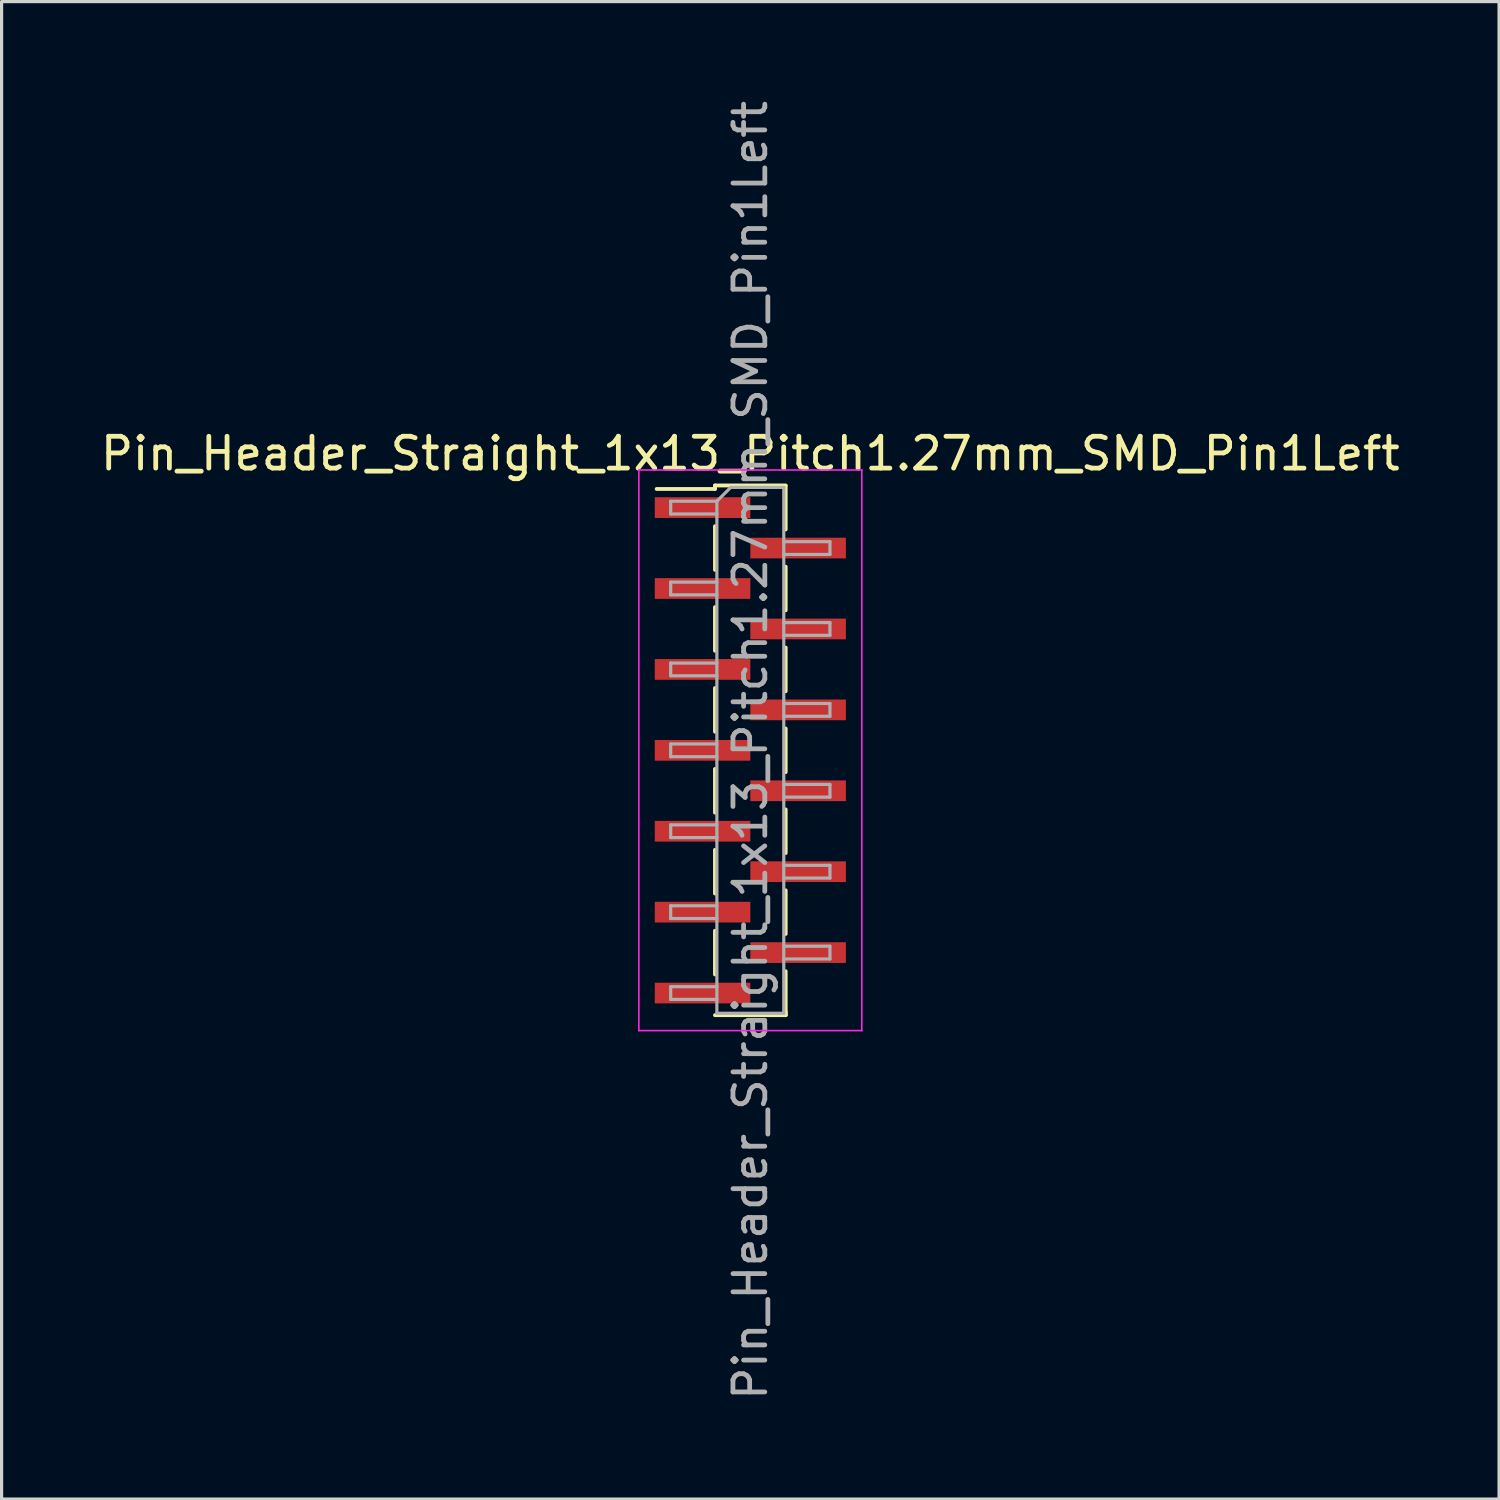
<source format=kicad_pcb>
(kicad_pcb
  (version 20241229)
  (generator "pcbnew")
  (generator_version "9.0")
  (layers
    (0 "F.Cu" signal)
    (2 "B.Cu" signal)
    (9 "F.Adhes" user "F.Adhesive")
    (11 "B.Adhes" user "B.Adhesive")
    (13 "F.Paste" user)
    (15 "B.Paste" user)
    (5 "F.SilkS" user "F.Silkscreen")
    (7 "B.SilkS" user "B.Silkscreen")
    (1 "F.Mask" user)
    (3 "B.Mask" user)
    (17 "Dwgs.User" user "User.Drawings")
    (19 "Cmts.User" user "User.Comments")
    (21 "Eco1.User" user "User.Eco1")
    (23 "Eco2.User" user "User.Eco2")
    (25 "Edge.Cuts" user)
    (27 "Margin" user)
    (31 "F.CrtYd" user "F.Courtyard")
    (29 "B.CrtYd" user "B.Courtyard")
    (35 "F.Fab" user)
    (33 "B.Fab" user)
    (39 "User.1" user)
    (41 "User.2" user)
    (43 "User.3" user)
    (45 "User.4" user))
  (footprint "Pin_Header_Straight_1x13_Pitch1.27mm_SMD_Pin1Left"
    (layer "F.Cu")
    (at 20.506 20.506)
    (property "Reference" "Pin_Header_Straight_1x13_Pitch1.27mm_SMD_Pin1Left" (at 0 -9.315 0) (layer "F.SilkS") (effects (font (size 1 1) (thickness 0.15))))
    (attr smd)
    (fp_line (start -1.11 -8.315) (end -1.11 -8.205) (stroke (width 0.12) (type solid)) (layer "F.SilkS"))
    (fp_line (start -1.11 -8.315) (end 1.11 -8.315) (stroke (width 0.12) (type solid)) (layer "F.SilkS"))
    (fp_line (start -1.11 -8.205) (end -2.94 -8.205) (stroke (width 0.12) (type solid)) (layer "F.SilkS"))
    (fp_line (start -1.11 -7.035) (end -1.11 -5.665) (stroke (width 0.12) (type solid)) (layer "F.SilkS"))
    (fp_line (start -1.11 -4.495) (end -1.11 -3.125) (stroke (width 0.12) (type solid)) (layer "F.SilkS"))
    (fp_line (start -1.11 -1.955) (end -1.11 -0.585) (stroke (width 0.12) (type solid)) (layer "F.SilkS"))
    (fp_line (start -1.11 0.585) (end -1.11 1.955) (stroke (width 0.12) (type solid)) (layer "F.SilkS"))
    (fp_line (start -1.11 3.125) (end -1.11 4.495) (stroke (width 0.12) (type solid)) (layer "F.SilkS"))
    (fp_line (start -1.11 5.665) (end -1.11 7.035) (stroke (width 0.12) (type solid)) (layer "F.SilkS"))
    (fp_line (start -1.11 8.315) (end 1.11 8.315) (stroke (width 0.12) (type solid)) (layer "F.SilkS"))
    (fp_line (start 1.11 -8.305) (end 1.11 -6.935) (stroke (width 0.12) (type solid)) (layer "F.SilkS"))
    (fp_line (start 1.11 -5.765) (end 1.11 -4.395) (stroke (width 0.12) (type solid)) (layer "F.SilkS"))
    (fp_line (start 1.11 -3.225) (end 1.11 -1.855) (stroke (width 0.12) (type solid)) (layer "F.SilkS"))
    (fp_line (start 1.11 -0.685) (end 1.11 0.685) (stroke (width 0.12) (type solid)) (layer "F.SilkS"))
    (fp_line (start 1.11 1.855) (end 1.11 3.225) (stroke (width 0.12) (type solid)) (layer "F.SilkS"))
    (fp_line (start 1.11 4.395) (end 1.11 5.765) (stroke (width 0.12) (type solid)) (layer "F.SilkS"))
    (fp_line (start 1.11 6.935) (end 1.11 8.305) (stroke (width 0.12) (type solid)) (layer "F.SilkS"))
    (fp_line (start 1.11 8.205) (end 1.11 8.315) (stroke (width 0.12) (type solid)) (layer "F.SilkS"))
    (fp_line (start -3.5 -8.8) (end -3.5 8.8) (stroke (width 0.05) (type solid)) (layer "F.CrtYd"))
    (fp_line (start -3.5 8.8) (end 3.5 8.8) (stroke (width 0.05) (type solid)) (layer "F.CrtYd"))
    (fp_line (start 3.5 -8.8) (end -3.5 -8.8) (stroke (width 0.05) (type solid)) (layer "F.CrtYd"))
    (fp_line (start 3.5 8.8) (end 3.5 -8.8) (stroke (width 0.05) (type solid)) (layer "F.CrtYd"))
    (fp_line (start -2.5 -7.82) (end -2.5 -7.42) (stroke (width 0.1) (type solid)) (layer "F.Fab"))
    (fp_line (start -2.5 -7.42) (end -1.05 -7.42) (stroke (width 0.1) (type solid)) (layer "F.Fab"))
    (fp_line (start -2.5 -5.28) (end -2.5 -4.88) (stroke (width 0.1) (type solid)) (layer "F.Fab"))
    (fp_line (start -2.5 -4.88) (end -1.05 -4.88) (stroke (width 0.1) (type solid)) (layer "F.Fab"))
    (fp_line (start -2.5 -2.74) (end -2.5 -2.34) (stroke (width 0.1) (type solid)) (layer "F.Fab"))
    (fp_line (start -2.5 -2.34) (end -1.05 -2.34) (stroke (width 0.1) (type solid)) (layer "F.Fab"))
    (fp_line (start -2.5 -0.2) (end -2.5 0.2) (stroke (width 0.1) (type solid)) (layer "F.Fab"))
    (fp_line (start -2.5 0.2) (end -1.05 0.2) (stroke (width 0.1) (type solid)) (layer "F.Fab"))
    (fp_line (start -2.5 2.34) (end -2.5 2.74) (stroke (width 0.1) (type solid)) (layer "F.Fab"))
    (fp_line (start -2.5 2.74) (end -1.05 2.74) (stroke (width 0.1) (type solid)) (layer "F.Fab"))
    (fp_line (start -2.5 4.88) (end -2.5 5.28) (stroke (width 0.1) (type solid)) (layer "F.Fab"))
    (fp_line (start -2.5 5.28) (end -1.05 5.28) (stroke (width 0.1) (type solid)) (layer "F.Fab"))
    (fp_line (start -2.5 7.42) (end -2.5 7.82) (stroke (width 0.1) (type solid)) (layer "F.Fab"))
    (fp_line (start -2.5 7.82) (end -1.05 7.82) (stroke (width 0.1) (type solid)) (layer "F.Fab"))
    (fp_line (start -1.05 -7.82) (end -2.5 -7.82) (stroke (width 0.1) (type solid)) (layer "F.Fab"))
    (fp_line (start -1.05 -7.82) (end -0.615 -8.255) (stroke (width 0.1) (type solid)) (layer "F.Fab"))
    (fp_line (start -1.05 -5.28) (end -2.5 -5.28) (stroke (width 0.1) (type solid)) (layer "F.Fab"))
    (fp_line (start -1.05 -2.74) (end -2.5 -2.74) (stroke (width 0.1) (type solid)) (layer "F.Fab"))
    (fp_line (start -1.05 -0.2) (end -2.5 -0.2) (stroke (width 0.1) (type solid)) (layer "F.Fab"))
    (fp_line (start -1.05 2.34) (end -2.5 2.34) (stroke (width 0.1) (type solid)) (layer "F.Fab"))
    (fp_line (start -1.05 4.88) (end -2.5 4.88) (stroke (width 0.1) (type solid)) (layer "F.Fab"))
    (fp_line (start -1.05 7.42) (end -2.5 7.42) (stroke (width 0.1) (type solid)) (layer "F.Fab"))
    (fp_line (start -1.05 8.255) (end -1.05 -7.82) (stroke (width 0.1) (type solid)) (layer "F.Fab"))
    (fp_line (start -0.615 -8.255) (end 1.05 -8.255) (stroke (width 0.1) (type solid)) (layer "F.Fab"))
    (fp_line (start 1.05 -8.255) (end 1.05 8.255) (stroke (width 0.1) (type solid)) (layer "F.Fab"))
    (fp_line (start 1.05 -6.55) (end 2.5 -6.55) (stroke (width 0.1) (type solid)) (layer "F.Fab"))
    (fp_line (start 1.05 -4.01) (end 2.5 -4.01) (stroke (width 0.1) (type solid)) (layer "F.Fab"))
    (fp_line (start 1.05 -1.47) (end 2.5 -1.47) (stroke (width 0.1) (type solid)) (layer "F.Fab"))
    (fp_line (start 1.05 1.07) (end 2.5 1.07) (stroke (width 0.1) (type solid)) (layer "F.Fab"))
    (fp_line (start 1.05 3.61) (end 2.5 3.61) (stroke (width 0.1) (type solid)) (layer "F.Fab"))
    (fp_line (start 1.05 6.15) (end 2.5 6.15) (stroke (width 0.1) (type solid)) (layer "F.Fab"))
    (fp_line (start 1.05 8.255) (end -1.05 8.255) (stroke (width 0.1) (type solid)) (layer "F.Fab"))
    (fp_line (start 2.5 -6.55) (end 2.5 -6.15) (stroke (width 0.1) (type solid)) (layer "F.Fab"))
    (fp_line (start 2.5 -6.15) (end 1.05 -6.15) (stroke (width 0.1) (type solid)) (layer "F.Fab"))
    (fp_line (start 2.5 -4.01) (end 2.5 -3.61) (stroke (width 0.1) (type solid)) (layer "F.Fab"))
    (fp_line (start 2.5 -3.61) (end 1.05 -3.61) (stroke (width 0.1) (type solid)) (layer "F.Fab"))
    (fp_line (start 2.5 -1.47) (end 2.5 -1.07) (stroke (width 0.1) (type solid)) (layer "F.Fab"))
    (fp_line (start 2.5 -1.07) (end 1.05 -1.07) (stroke (width 0.1) (type solid)) (layer "F.Fab"))
    (fp_line (start 2.5 1.07) (end 2.5 1.47) (stroke (width 0.1) (type solid)) (layer "F.Fab"))
    (fp_line (start 2.5 1.47) (end 1.05 1.47) (stroke (width 0.1) (type solid)) (layer "F.Fab"))
    (fp_line (start 2.5 3.61) (end 2.5 4.01) (stroke (width 0.1) (type solid)) (layer "F.Fab"))
    (fp_line (start 2.5 4.01) (end 1.05 4.01) (stroke (width 0.1) (type solid)) (layer "F.Fab"))
    (fp_line (start 2.5 6.15) (end 2.5 6.55) (stroke (width 0.1) (type solid)) (layer "F.Fab"))
    (fp_line (start 2.5 6.55) (end 1.05 6.55) (stroke (width 0.1) (type solid)) (layer "F.Fab"))
    (fp_text user "${REFERENCE}" (at 0 0 90) (layer "F.Fab") (effects (font (size 1 1) (thickness 0.15))))
    (pad "1" smd rect (at -1.5 -7.62) (size 3 0.65) (layers "F.Cu" "F.Mask" "F.Paste"))
    (pad "2" smd rect (at 1.5 -6.35) (size 3 0.65) (layers "F.Cu" "F.Mask" "F.Paste"))
    (pad "3" smd rect (at -1.5 -5.08) (size 3 0.65) (layers "F.Cu" "F.Mask" "F.Paste"))
    (pad "4" smd rect (at 1.5 -3.81) (size 3 0.65) (layers "F.Cu" "F.Mask" "F.Paste"))
    (pad "5" smd rect (at -1.5 -2.54) (size 3 0.65) (layers "F.Cu" "F.Mask" "F.Paste"))
    (pad "6" smd rect (at 1.5 -1.27) (size 3 0.65) (layers "F.Cu" "F.Mask" "F.Paste"))
    (pad "7" smd rect (at -1.5 0) (size 3 0.65) (layers "F.Cu" "F.Mask" "F.Paste"))
    (pad "8" smd rect (at 1.5 1.27) (size 3 0.65) (layers "F.Cu" "F.Mask" "F.Paste"))
    (pad "9" smd rect (at -1.5 2.54) (size 3 0.65) (layers "F.Cu" "F.Mask" "F.Paste"))
    (pad "10" smd rect (at 1.5 3.81) (size 3 0.65) (layers "F.Cu" "F.Mask" "F.Paste"))
    (pad "11" smd rect (at -1.5 5.08) (size 3 0.65) (layers "F.Cu" "F.Mask" "F.Paste"))
    (pad "12" smd rect (at 1.5 6.35) (size 3 0.65) (layers "F.Cu" "F.Mask" "F.Paste"))
    (pad "13" smd rect (at -1.5 7.62) (size 3 0.65) (layers "F.Cu" "F.Mask" "F.Paste")))
  (gr_rect
    (start -3 -3)
    (end 44.012 44.012)
    (stroke (width 0.1) (type default))
    (fill no)
    (layer "Edge.Cuts")))
</source>
